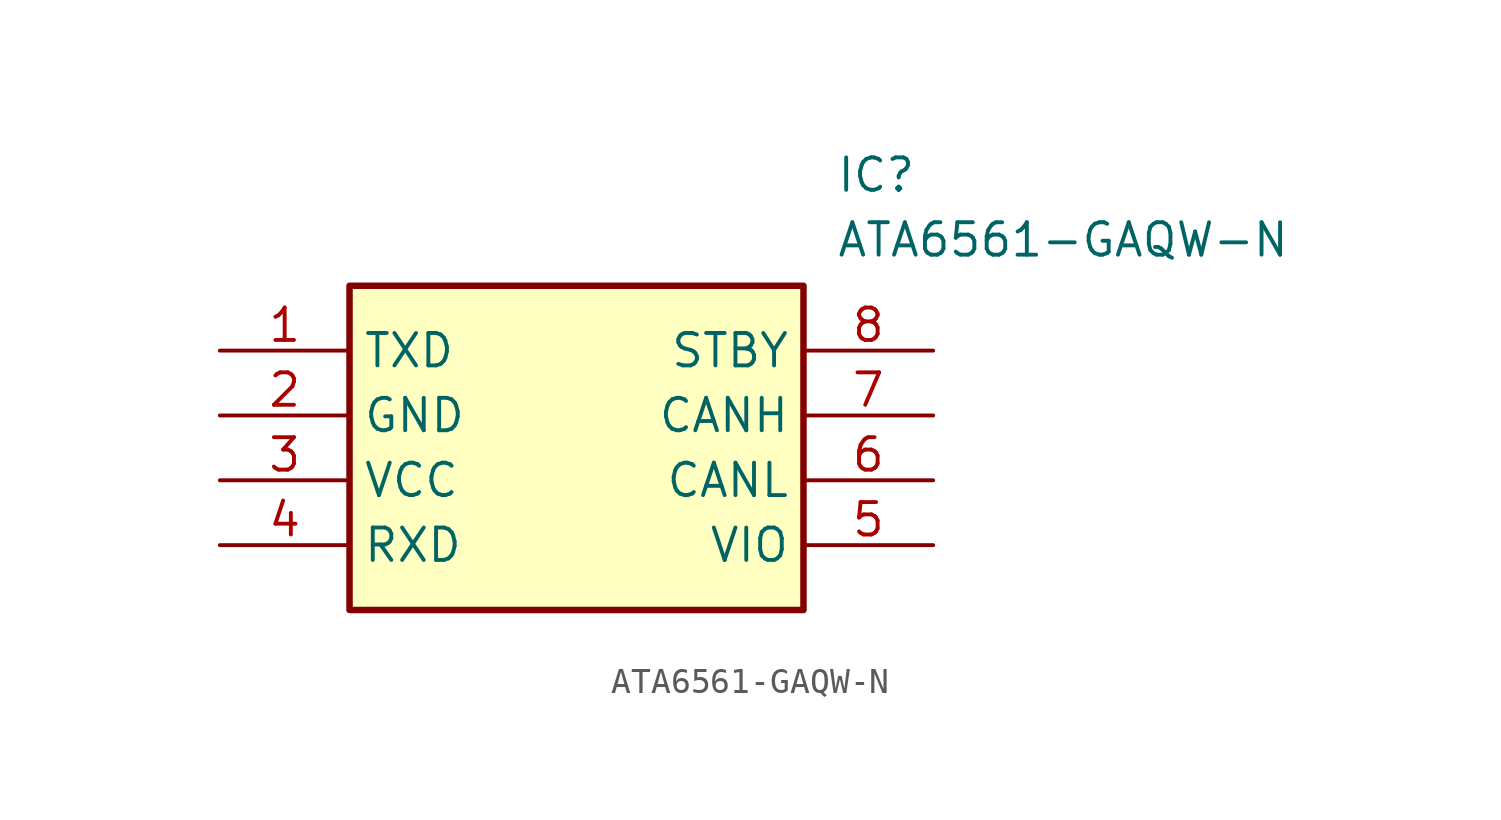
<source format=kicad_sym>
(kicad_symbol_lib
  (version 20211014)
  (generator SamacSys_ECAD_Model)
  (symbol "ATA6561-GAQW-N"
    (property "Reference" "IC"
      (at 24.13 7.62 0)
      (effects (font (size 1.27 1.27)) (justify left top)))
    (property "Value" "ATA6561-GAQW-N"
      (at 24.13 5.08 0)
      (effects (font (size 1.27 1.27)) (justify left top)))
    (rectangle
      (start 5.08 2.54)
      (end 22.86 -10.16)
      (stroke (width 0.254) (type default))
      (fill (type background)))
    (pin passive line
      (at 0 0 0)
      (length 5.08)
      (name "TXD" (effects (font (size 1.27 1.27))))
      (number "1" (effects (font (size 1.27 1.27)))))
    (pin passive line
      (at 0 -2.54 0)
      (length 5.08)
      (name "GND" (effects (font (size 1.27 1.27))))
      (number "2" (effects (font (size 1.27 1.27)))))
    (pin passive line
      (at 0 -5.08 0)
      (length 5.08)
      (name "VCC" (effects (font (size 1.27 1.27))))
      (number "3" (effects (font (size 1.27 1.27)))))
    (pin passive line
      (at 0 -7.62 0)
      (length 5.08)
      (name "RXD" (effects (font (size 1.27 1.27))))
      (number "4" (effects (font (size 1.27 1.27)))))
    (pin passive line
      (at 27.94 0 180)
      (length 5.08)
      (name "STBY" (effects (font (size 1.27 1.27))))
      (number "8" (effects (font (size 1.27 1.27)))))
    (pin passive line
      (at 27.94 -2.54 180)
      (length 5.08)
      (name "CANH" (effects (font (size 1.27 1.27))))
      (number "7" (effects (font (size 1.27 1.27)))))
    (pin passive line
      (at 27.94 -5.08 180)
      (length 5.08)
      (name "CANL" (effects (font (size 1.27 1.27))))
      (number "6" (effects (font (size 1.27 1.27)))))
    (pin passive line
      (at 27.94 -7.62 180)
      (length 5.08)
      (name "VIO" (effects (font (size 1.27 1.27))))
      (number "5" (effects (font (size 1.27 1.27)))))))
</source>
